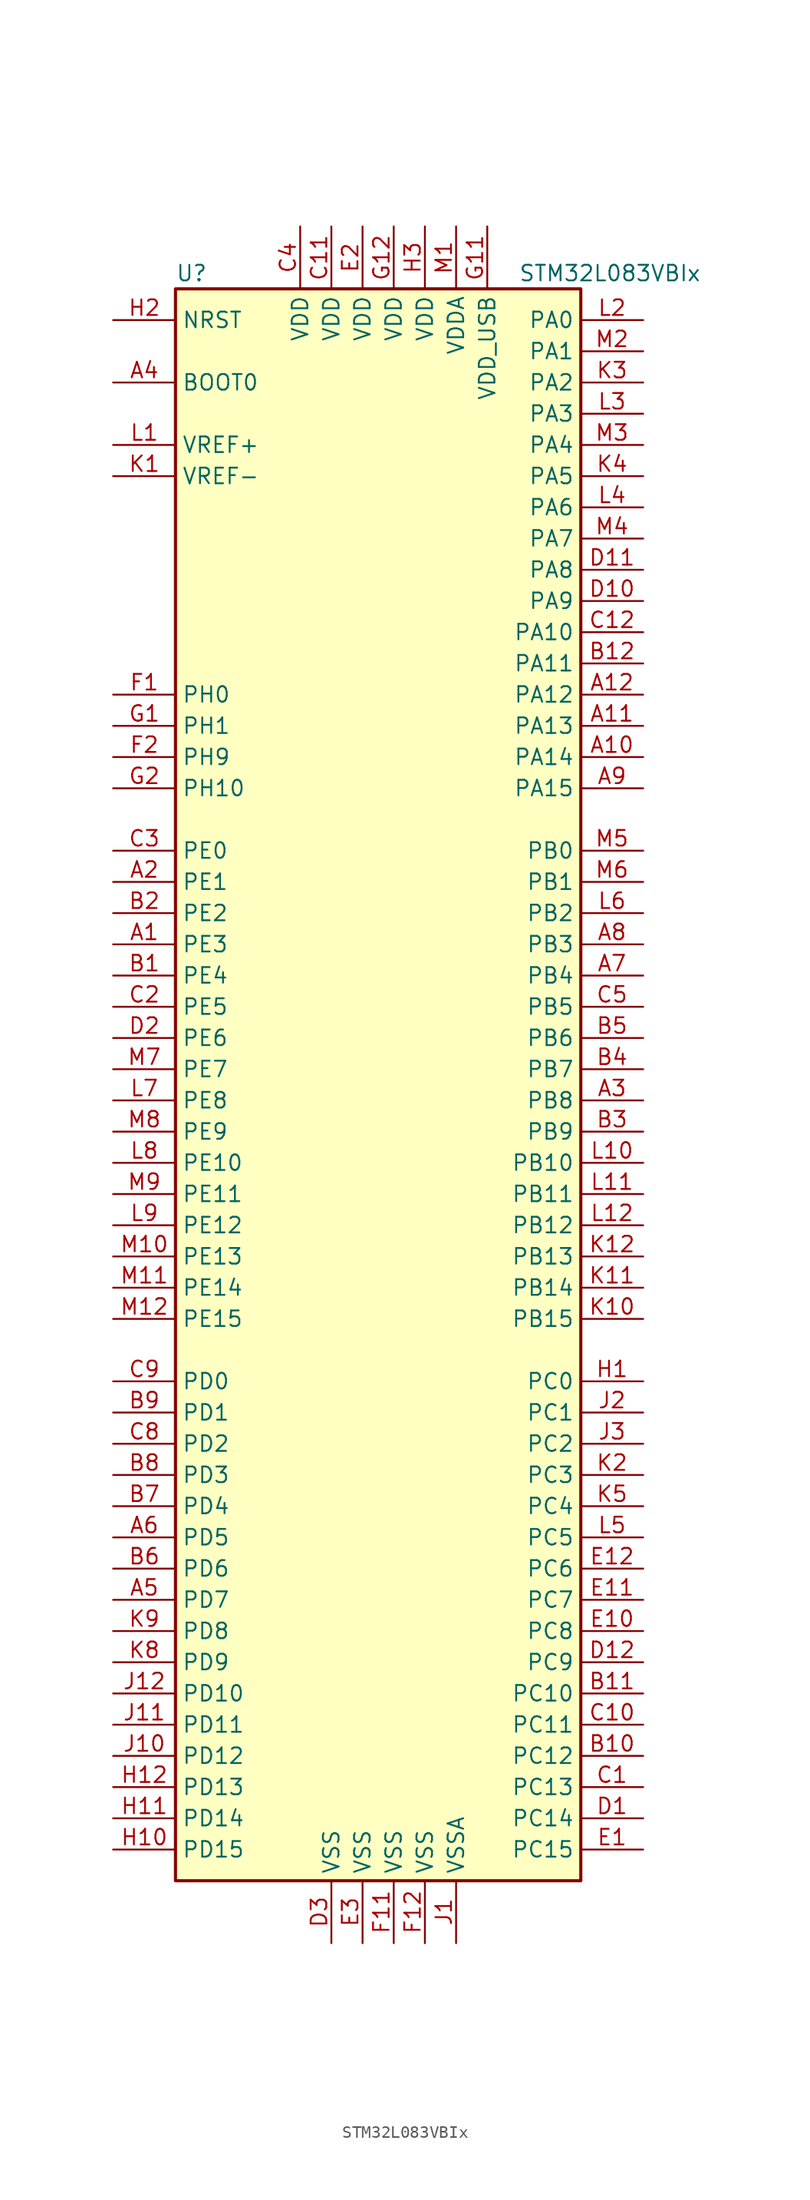
<source format=kicad_sym>
(kicad_symbol_lib
  (version 20201005)
  (generator kicad_symbol_editor)
  (symbol "MCU_ST_STM32L0:STM32L083VBIx"
    (property "Reference" "U"
      (at -17.78 64.77 0)
      (effects (font (size 1.27 1.27)) (justify left)))
    (property "Value" "STM32L083VBIx"
      (at 10.16 64.77 0)
      (effects (font (size 1.27 1.27)) (justify left)))
    (symbol "STM32L083VBIx_0_1"
      (rectangle (start -17.78 -66.04) (end 15.24 63.5) (stroke (width 0.254)) (fill (type background))))
    (symbol "STM32L083VBIx_1_1"
      (pin input line (at -22.86 55.88 0) (length 5.08) (name "BOOT0" (effects (font (size 1.27 1.27)))) (number "A4" (effects (font (size 1.27 1.27)))))
      (pin input line (at -22.86 60.96 0) (length 5.08) (name "NRST" (effects (font (size 1.27 1.27)))) (number "H2" (effects (font (size 1.27 1.27)))))
      (pin bidirectional line (at 20.32 60.96 180) (length 5.08) (name "PA0" (effects (font (size 1.27 1.27)))) (number "L2" (effects (font (size 1.27 1.27)))))
      (pin bidirectional line (at 20.32 58.42 180) (length 5.08) (name "PA1" (effects (font (size 1.27 1.27)))) (number "M2" (effects (font (size 1.27 1.27)))))
      (pin bidirectional line (at 20.32 35.56 180) (length 5.08) (name "PA10" (effects (font (size 1.27 1.27)))) (number "C12" (effects (font (size 1.27 1.27)))))
      (pin bidirectional line (at 20.32 33.02 180) (length 5.08) (name "PA11" (effects (font (size 1.27 1.27)))) (number "B12" (effects (font (size 1.27 1.27)))))
      (pin bidirectional line (at 20.32 30.48 180) (length 5.08) (name "PA12" (effects (font (size 1.27 1.27)))) (number "A12" (effects (font (size 1.27 1.27)))))
      (pin bidirectional line (at 20.32 27.94 180) (length 5.08) (name "PA13" (effects (font (size 1.27 1.27)))) (number "A11" (effects (font (size 1.27 1.27)))))
      (pin bidirectional line (at 20.32 25.4 180) (length 5.08) (name "PA14" (effects (font (size 1.27 1.27)))) (number "A10" (effects (font (size 1.27 1.27)))))
      (pin bidirectional line (at 20.32 22.86 180) (length 5.08) (name "PA15" (effects (font (size 1.27 1.27)))) (number "A9" (effects (font (size 1.27 1.27)))))
      (pin bidirectional line (at 20.32 55.88 180) (length 5.08) (name "PA2" (effects (font (size 1.27 1.27)))) (number "K3" (effects (font (size 1.27 1.27)))))
      (pin bidirectional line (at 20.32 53.34 180) (length 5.08) (name "PA3" (effects (font (size 1.27 1.27)))) (number "L3" (effects (font (size 1.27 1.27)))))
      (pin bidirectional line (at 20.32 50.8 180) (length 5.08) (name "PA4" (effects (font (size 1.27 1.27)))) (number "M3" (effects (font (size 1.27 1.27)))))
      (pin bidirectional line (at 20.32 48.26 180) (length 5.08) (name "PA5" (effects (font (size 1.27 1.27)))) (number "K4" (effects (font (size 1.27 1.27)))))
      (pin bidirectional line (at 20.32 45.72 180) (length 5.08) (name "PA6" (effects (font (size 1.27 1.27)))) (number "L4" (effects (font (size 1.27 1.27)))))
      (pin bidirectional line (at 20.32 43.18 180) (length 5.08) (name "PA7" (effects (font (size 1.27 1.27)))) (number "M4" (effects (font (size 1.27 1.27)))))
      (pin bidirectional line (at 20.32 40.64 180) (length 5.08) (name "PA8" (effects (font (size 1.27 1.27)))) (number "D11" (effects (font (size 1.27 1.27)))))
      (pin bidirectional line (at 20.32 38.1 180) (length 5.08) (name "PA9" (effects (font (size 1.27 1.27)))) (number "D10" (effects (font (size 1.27 1.27)))))
      (pin bidirectional line (at 20.32 17.78 180) (length 5.08) (name "PB0" (effects (font (size 1.27 1.27)))) (number "M5" (effects (font (size 1.27 1.27)))))
      (pin bidirectional line (at 20.32 15.24 180) (length 5.08) (name "PB1" (effects (font (size 1.27 1.27)))) (number "M6" (effects (font (size 1.27 1.27)))))
      (pin bidirectional line (at 20.32 -7.62 180) (length 5.08) (name "PB10" (effects (font (size 1.27 1.27)))) (number "L10" (effects (font (size 1.27 1.27)))))
      (pin bidirectional line (at 20.32 -10.16 180) (length 5.08) (name "PB11" (effects (font (size 1.27 1.27)))) (number "L11" (effects (font (size 1.27 1.27)))))
      (pin bidirectional line (at 20.32 -12.7 180) (length 5.08) (name "PB12" (effects (font (size 1.27 1.27)))) (number "L12" (effects (font (size 1.27 1.27)))))
      (pin bidirectional line (at 20.32 -15.24 180) (length 5.08) (name "PB13" (effects (font (size 1.27 1.27)))) (number "K12" (effects (font (size 1.27 1.27)))))
      (pin bidirectional line (at 20.32 -17.78 180) (length 5.08) (name "PB14" (effects (font (size 1.27 1.27)))) (number "K11" (effects (font (size 1.27 1.27)))))
      (pin bidirectional line (at 20.32 -20.32 180) (length 5.08) (name "PB15" (effects (font (size 1.27 1.27)))) (number "K10" (effects (font (size 1.27 1.27)))))
      (pin bidirectional line (at 20.32 12.7 180) (length 5.08) (name "PB2" (effects (font (size 1.27 1.27)))) (number "L6" (effects (font (size 1.27 1.27)))))
      (pin bidirectional line (at 20.32 10.16 180) (length 5.08) (name "PB3" (effects (font (size 1.27 1.27)))) (number "A8" (effects (font (size 1.27 1.27)))))
      (pin bidirectional line (at 20.32 7.62 180) (length 5.08) (name "PB4" (effects (font (size 1.27 1.27)))) (number "A7" (effects (font (size 1.27 1.27)))))
      (pin bidirectional line (at 20.32 5.08 180) (length 5.08) (name "PB5" (effects (font (size 1.27 1.27)))) (number "C5" (effects (font (size 1.27 1.27)))))
      (pin bidirectional line (at 20.32 2.54 180) (length 5.08) (name "PB6" (effects (font (size 1.27 1.27)))) (number "B5" (effects (font (size 1.27 1.27)))))
      (pin bidirectional line (at 20.32 0 180) (length 5.08) (name "PB7" (effects (font (size 1.27 1.27)))) (number "B4" (effects (font (size 1.27 1.27)))))
      (pin bidirectional line (at 20.32 -2.54 180) (length 5.08) (name "PB8" (effects (font (size 1.27 1.27)))) (number "A3" (effects (font (size 1.27 1.27)))))
      (pin bidirectional line (at 20.32 -5.08 180) (length 5.08) (name "PB9" (effects (font (size 1.27 1.27)))) (number "B3" (effects (font (size 1.27 1.27)))))
      (pin bidirectional line (at 20.32 -25.4 180) (length 5.08) (name "PC0" (effects (font (size 1.27 1.27)))) (number "H1" (effects (font (size 1.27 1.27)))))
      (pin bidirectional line (at 20.32 -27.94 180) (length 5.08) (name "PC1" (effects (font (size 1.27 1.27)))) (number "J2" (effects (font (size 1.27 1.27)))))
      (pin bidirectional line (at 20.32 -50.8 180) (length 5.08) (name "PC10" (effects (font (size 1.27 1.27)))) (number "B11" (effects (font (size 1.27 1.27)))))
      (pin bidirectional line (at 20.32 -53.34 180) (length 5.08) (name "PC11" (effects (font (size 1.27 1.27)))) (number "C10" (effects (font (size 1.27 1.27)))))
      (pin bidirectional line (at 20.32 -55.88 180) (length 5.08) (name "PC12" (effects (font (size 1.27 1.27)))) (number "B10" (effects (font (size 1.27 1.27)))))
      (pin bidirectional line (at 20.32 -58.42 180) (length 5.08) (name "PC13" (effects (font (size 1.27 1.27)))) (number "C1" (effects (font (size 1.27 1.27)))))
      (pin bidirectional line (at 20.32 -60.96 180) (length 5.08) (name "PC14" (effects (font (size 1.27 1.27)))) (number "D1" (effects (font (size 1.27 1.27)))))
      (pin bidirectional line (at 20.32 -63.5 180) (length 5.08) (name "PC15" (effects (font (size 1.27 1.27)))) (number "E1" (effects (font (size 1.27 1.27)))))
      (pin bidirectional line (at 20.32 -30.48 180) (length 5.08) (name "PC2" (effects (font (size 1.27 1.27)))) (number "J3" (effects (font (size 1.27 1.27)))))
      (pin bidirectional line (at 20.32 -33.02 180) (length 5.08) (name "PC3" (effects (font (size 1.27 1.27)))) (number "K2" (effects (font (size 1.27 1.27)))))
      (pin bidirectional line (at 20.32 -35.56 180) (length 5.08) (name "PC4" (effects (font (size 1.27 1.27)))) (number "K5" (effects (font (size 1.27 1.27)))))
      (pin bidirectional line (at 20.32 -38.1 180) (length 5.08) (name "PC5" (effects (font (size 1.27 1.27)))) (number "L5" (effects (font (size 1.27 1.27)))))
      (pin bidirectional line (at 20.32 -40.64 180) (length 5.08) (name "PC6" (effects (font (size 1.27 1.27)))) (number "E12" (effects (font (size 1.27 1.27)))))
      (pin bidirectional line (at 20.32 -43.18 180) (length 5.08) (name "PC7" (effects (font (size 1.27 1.27)))) (number "E11" (effects (font (size 1.27 1.27)))))
      (pin bidirectional line (at 20.32 -45.72 180) (length 5.08) (name "PC8" (effects (font (size 1.27 1.27)))) (number "E10" (effects (font (size 1.27 1.27)))))
      (pin bidirectional line (at 20.32 -48.26 180) (length 5.08) (name "PC9" (effects (font (size 1.27 1.27)))) (number "D12" (effects (font (size 1.27 1.27)))))
      (pin bidirectional line (at -22.86 -25.4 0) (length 5.08) (name "PD0" (effects (font (size 1.27 1.27)))) (number "C9" (effects (font (size 1.27 1.27)))))
      (pin bidirectional line (at -22.86 -27.94 0) (length 5.08) (name "PD1" (effects (font (size 1.27 1.27)))) (number "B9" (effects (font (size 1.27 1.27)))))
      (pin bidirectional line (at -22.86 -50.8 0) (length 5.08) (name "PD10" (effects (font (size 1.27 1.27)))) (number "J12" (effects (font (size 1.27 1.27)))))
      (pin bidirectional line (at -22.86 -53.34 0) (length 5.08) (name "PD11" (effects (font (size 1.27 1.27)))) (number "J11" (effects (font (size 1.27 1.27)))))
      (pin bidirectional line (at -22.86 -55.88 0) (length 5.08) (name "PD12" (effects (font (size 1.27 1.27)))) (number "J10" (effects (font (size 1.27 1.27)))))
      (pin bidirectional line (at -22.86 -58.42 0) (length 5.08) (name "PD13" (effects (font (size 1.27 1.27)))) (number "H12" (effects (font (size 1.27 1.27)))))
      (pin bidirectional line (at -22.86 -60.96 0) (length 5.08) (name "PD14" (effects (font (size 1.27 1.27)))) (number "H11" (effects (font (size 1.27 1.27)))))
      (pin bidirectional line (at -22.86 -63.5 0) (length 5.08) (name "PD15" (effects (font (size 1.27 1.27)))) (number "H10" (effects (font (size 1.27 1.27)))))
      (pin bidirectional line (at -22.86 -30.48 0) (length 5.08) (name "PD2" (effects (font (size 1.27 1.27)))) (number "C8" (effects (font (size 1.27 1.27)))))
      (pin bidirectional line (at -22.86 -33.02 0) (length 5.08) (name "PD3" (effects (font (size 1.27 1.27)))) (number "B8" (effects (font (size 1.27 1.27)))))
      (pin bidirectional line (at -22.86 -35.56 0) (length 5.08) (name "PD4" (effects (font (size 1.27 1.27)))) (number "B7" (effects (font (size 1.27 1.27)))))
      (pin bidirectional line (at -22.86 -38.1 0) (length 5.08) (name "PD5" (effects (font (size 1.27 1.27)))) (number "A6" (effects (font (size 1.27 1.27)))))
      (pin bidirectional line (at -22.86 -40.64 0) (length 5.08) (name "PD6" (effects (font (size 1.27 1.27)))) (number "B6" (effects (font (size 1.27 1.27)))))
      (pin bidirectional line (at -22.86 -43.18 0) (length 5.08) (name "PD7" (effects (font (size 1.27 1.27)))) (number "A5" (effects (font (size 1.27 1.27)))))
      (pin bidirectional line (at -22.86 -45.72 0) (length 5.08) (name "PD8" (effects (font (size 1.27 1.27)))) (number "K9" (effects (font (size 1.27 1.27)))))
      (pin bidirectional line (at -22.86 -48.26 0) (length 5.08) (name "PD9" (effects (font (size 1.27 1.27)))) (number "K8" (effects (font (size 1.27 1.27)))))
      (pin bidirectional line (at -22.86 17.78 0) (length 5.08) (name "PE0" (effects (font (size 1.27 1.27)))) (number "C3" (effects (font (size 1.27 1.27)))))
      (pin bidirectional line (at -22.86 15.24 0) (length 5.08) (name "PE1" (effects (font (size 1.27 1.27)))) (number "A2" (effects (font (size 1.27 1.27)))))
      (pin bidirectional line (at -22.86 -7.62 0) (length 5.08) (name "PE10" (effects (font (size 1.27 1.27)))) (number "L8" (effects (font (size 1.27 1.27)))))
      (pin bidirectional line (at -22.86 -10.16 0) (length 5.08) (name "PE11" (effects (font (size 1.27 1.27)))) (number "M9" (effects (font (size 1.27 1.27)))))
      (pin bidirectional line (at -22.86 -12.7 0) (length 5.08) (name "PE12" (effects (font (size 1.27 1.27)))) (number "L9" (effects (font (size 1.27 1.27)))))
      (pin bidirectional line (at -22.86 -15.24 0) (length 5.08) (name "PE13" (effects (font (size 1.27 1.27)))) (number "M10" (effects (font (size 1.27 1.27)))))
      (pin bidirectional line (at -22.86 -17.78 0) (length 5.08) (name "PE14" (effects (font (size 1.27 1.27)))) (number "M11" (effects (font (size 1.27 1.27)))))
      (pin bidirectional line (at -22.86 -20.32 0) (length 5.08) (name "PE15" (effects (font (size 1.27 1.27)))) (number "M12" (effects (font (size 1.27 1.27)))))
      (pin bidirectional line (at -22.86 12.7 0) (length 5.08) (name "PE2" (effects (font (size 1.27 1.27)))) (number "B2" (effects (font (size 1.27 1.27)))))
      (pin bidirectional line (at -22.86 10.16 0) (length 5.08) (name "PE3" (effects (font (size 1.27 1.27)))) (number "A1" (effects (font (size 1.27 1.27)))))
      (pin bidirectional line (at -22.86 7.62 0) (length 5.08) (name "PE4" (effects (font (size 1.27 1.27)))) (number "B1" (effects (font (size 1.27 1.27)))))
      (pin bidirectional line (at -22.86 5.08 0) (length 5.08) (name "PE5" (effects (font (size 1.27 1.27)))) (number "C2" (effects (font (size 1.27 1.27)))))
      (pin bidirectional line (at -22.86 2.54 0) (length 5.08) (name "PE6" (effects (font (size 1.27 1.27)))) (number "D2" (effects (font (size 1.27 1.27)))))
      (pin bidirectional line (at -22.86 0 0) (length 5.08) (name "PE7" (effects (font (size 1.27 1.27)))) (number "M7" (effects (font (size 1.27 1.27)))))
      (pin bidirectional line (at -22.86 -2.54 0) (length 5.08) (name "PE8" (effects (font (size 1.27 1.27)))) (number "L7" (effects (font (size 1.27 1.27)))))
      (pin bidirectional line (at -22.86 -5.08 0) (length 5.08) (name "PE9" (effects (font (size 1.27 1.27)))) (number "M8" (effects (font (size 1.27 1.27)))))
      (pin input line (at -22.86 30.48 0) (length 5.08) (name "PH0" (effects (font (size 1.27 1.27)))) (number "F1" (effects (font (size 1.27 1.27)))))
      (pin input line (at -22.86 27.94 0) (length 5.08) (name "PH1" (effects (font (size 1.27 1.27)))) (number "G1" (effects (font (size 1.27 1.27)))))
      (pin bidirectional line (at -22.86 22.86 0) (length 5.08) (name "PH10" (effects (font (size 1.27 1.27)))) (number "G2" (effects (font (size 1.27 1.27)))))
      (pin bidirectional line (at -22.86 25.4 0) (length 5.08) (name "PH9" (effects (font (size 1.27 1.27)))) (number "F2" (effects (font (size 1.27 1.27)))))
      (pin power_in line (at -5.08 68.58 270) (length 5.08) (name "VDD" (effects (font (size 1.27 1.27)))) (number "C11" (effects (font (size 1.27 1.27)))))
      (pin power_in line (at -7.62 68.58 270) (length 5.08) (name "VDD" (effects (font (size 1.27 1.27)))) (number "C4" (effects (font (size 1.27 1.27)))))
      (pin power_in line (at -2.54 68.58 270) (length 5.08) (name "VDD" (effects (font (size 1.27 1.27)))) (number "E2" (effects (font (size 1.27 1.27)))))
      (pin power_in line (at 0 68.58 270) (length 5.08) (name "VDD" (effects (font (size 1.27 1.27)))) (number "G12" (effects (font (size 1.27 1.27)))))
      (pin power_in line (at 2.54 68.58 270) (length 5.08) (name "VDD" (effects (font (size 1.27 1.27)))) (number "H3" (effects (font (size 1.27 1.27)))))
      (pin power_in line (at 5.08 68.58 270) (length 5.08) (name "VDDA" (effects (font (size 1.27 1.27)))) (number "M1" (effects (font (size 1.27 1.27)))))
      (pin power_in line (at 7.62 68.58 270) (length 5.08) (name "VDD_USB" (effects (font (size 1.27 1.27)))) (number "G11" (effects (font (size 1.27 1.27)))))
      (pin power_in line (at -22.86 50.8 0) (length 5.08) (name "VREF+" (effects (font (size 1.27 1.27)))) (number "L1" (effects (font (size 1.27 1.27)))))
      (pin power_in line (at -22.86 48.26 0) (length 5.08) (name "VREF-" (effects (font (size 1.27 1.27)))) (number "K1" (effects (font (size 1.27 1.27)))))
      (pin power_in line (at -5.08 -71.12 90) (length 5.08) (name "VSS" (effects (font (size 1.27 1.27)))) (number "D3" (effects (font (size 1.27 1.27)))))
      (pin power_in line (at -2.54 -71.12 90) (length 5.08) (name "VSS" (effects (font (size 1.27 1.27)))) (number "E3" (effects (font (size 1.27 1.27)))))
      (pin power_in line (at 0 -71.12 90) (length 5.08) (name "VSS" (effects (font (size 1.27 1.27)))) (number "F11" (effects (font (size 1.27 1.27)))))
      (pin power_in line (at 2.54 -71.12 90) (length 5.08) (name "VSS" (effects (font (size 1.27 1.27)))) (number "F12" (effects (font (size 1.27 1.27)))))
      (pin power_in line (at 5.08 -71.12 90) (length 5.08) (name "VSSA" (effects (font (size 1.27 1.27)))) (number "J1" (effects (font (size 1.27 1.27))))))))
</source>
